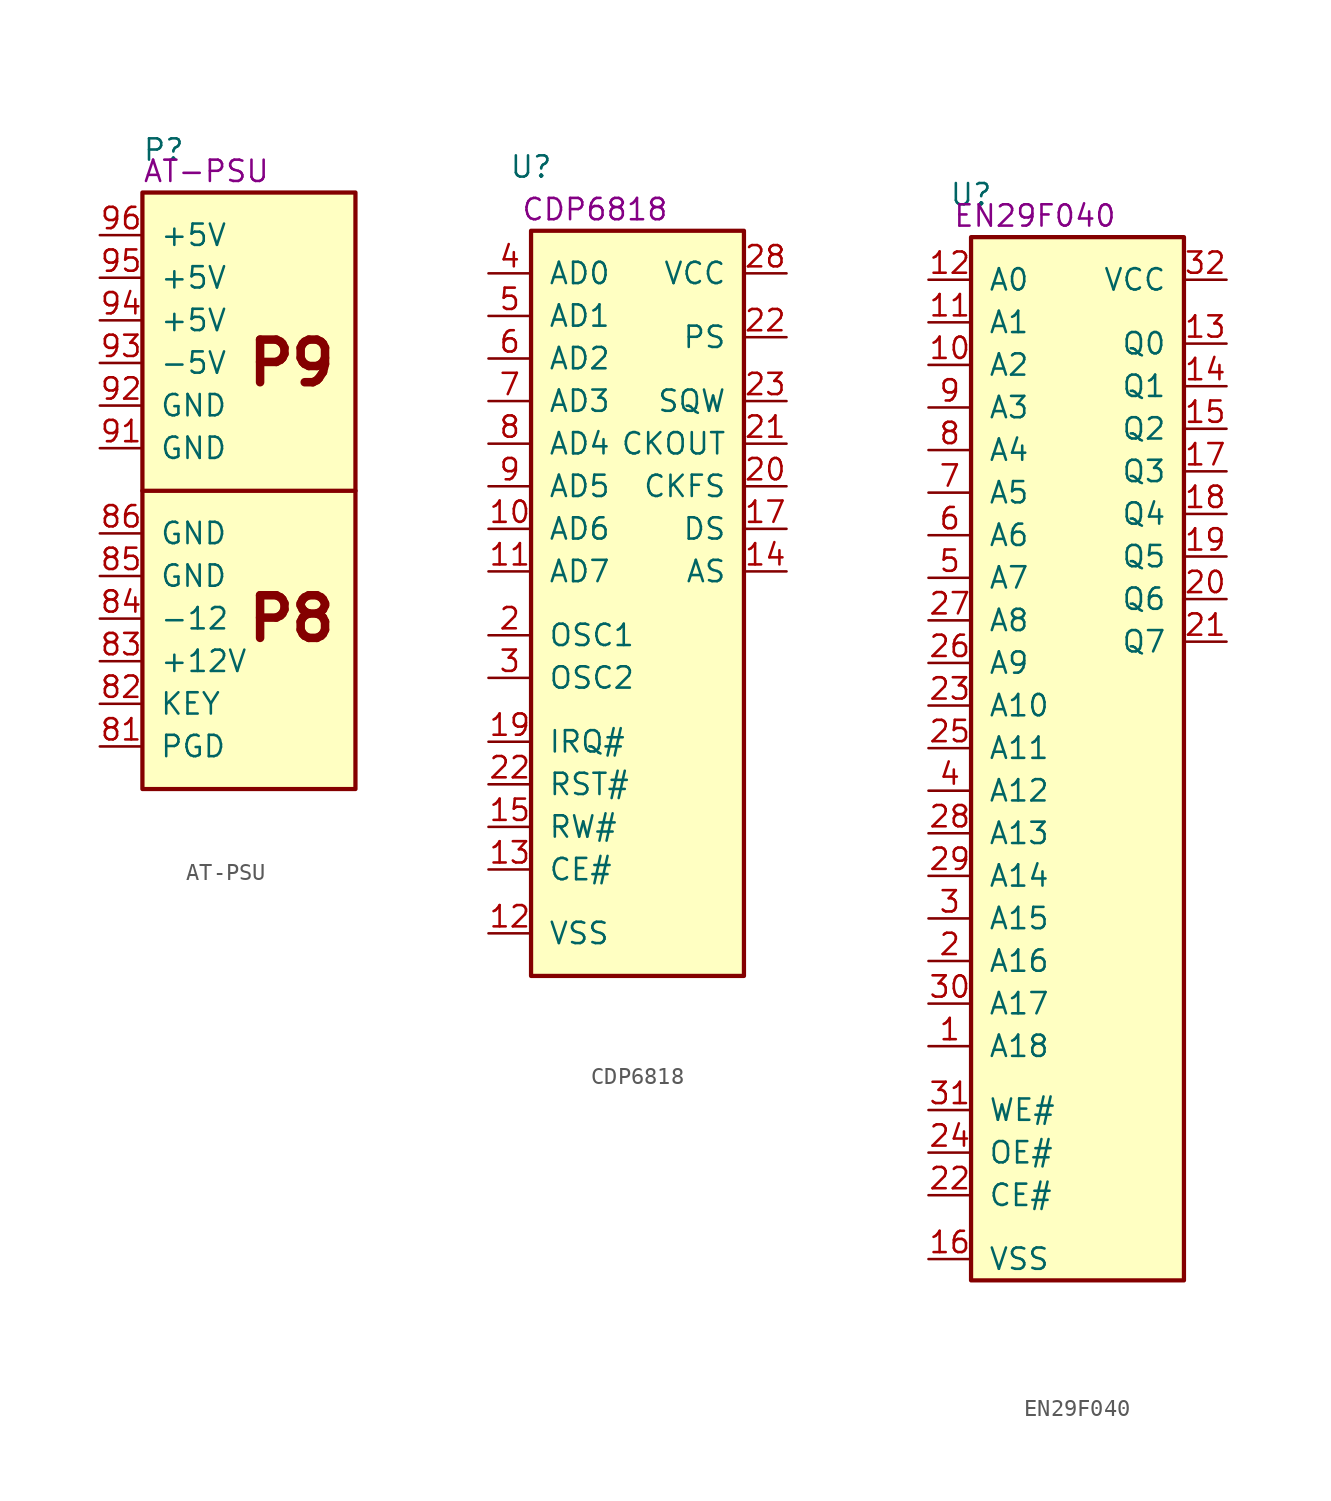
<source format=kicad_sym>
(kicad_symbol_lib
  (version 20211014)
  (generator kicad_symbol_editor)
  (symbol "AT-PSU"
    (pin_names
      (offset 1.016))
    (property "Reference" "P"
      (at -5.08 20.32 0)
      (effects (font (size 1.27 1.27))))
    (property "Comment" "AT-PSU"
      (at -2.54 19.05 0)
      (effects (font (size 1.27 1.27))))
    (symbol "AT-PSU_0_0"
      (text "P8" (at 2.54 -7.62 0) (effects (font (size 2.54 2.54) bold)))
      (text "P9" (at 2.54 7.62 0) (effects (font (size 2.54 2.54) bold))))
    (symbol "AT-PSU_0_1"
      (rectangle (start -6.35 17.78) (end 6.35 -17.78) (stroke (width 0.254) (type default) (color 0 0 0 0)) (fill (type background)))
      (polyline (pts (xy 6.35 0) (xy -6.35 0)) (stroke (width 0.254) (type default) (color 0 0 0 0)) (fill (type none))))
    (symbol "AT-PSU_1_1"
      (pin output line (at -8.89 -15.24 0) (length 2.54) (name "PGD" (effects (font (size 1.27 1.27)))) (number "81" (effects (font (size 1.27 1.27)))))
      (pin power_out line (at -8.89 -12.7 0) (length 2.54) (name "KEY" (effects (font (size 1.27 1.27)))) (number "82" (effects (font (size 1.27 1.27)))))
      (pin output line (at -8.89 -10.16 0) (length 2.54) (name "+12V" (effects (font (size 1.27 1.27)))) (number "83" (effects (font (size 1.27 1.27)))))
      (pin output line (at -8.89 -7.62 0) (length 2.54) (name "-12" (effects (font (size 1.27 1.27)))) (number "84" (effects (font (size 1.27 1.27)))))
      (pin output line (at -8.89 -5.08 0) (length 2.54) (name "GND" (effects (font (size 1.27 1.27)))) (number "85" (effects (font (size 1.27 1.27)))))
      (pin power_out line (at -8.89 -2.54 0) (length 2.54) (name "GND" (effects (font (size 1.27 1.27)))) (number "86" (effects (font (size 1.27 1.27)))))
      (pin power_out line (at -8.89 2.54 0) (length 2.54) (name "GND" (effects (font (size 1.27 1.27)))) (number "91" (effects (font (size 1.27 1.27)))))
      (pin power_out line (at -8.89 5.08 0) (length 2.54) (name "GND" (effects (font (size 1.27 1.27)))) (number "92" (effects (font (size 1.27 1.27)))))
      (pin power_out line (at -8.89 7.62 0) (length 2.54) (name "-5V" (effects (font (size 1.27 1.27)))) (number "93" (effects (font (size 1.27 1.27)))))
      (pin power_out line (at -8.89 10.16 0) (length 2.54) (name "+5V" (effects (font (size 1.27 1.27)))) (number "94" (effects (font (size 1.27 1.27)))))
      (pin power_out line (at -8.89 12.7 0) (length 2.54) (name "+5V" (effects (font (size 1.27 1.27)))) (number "95" (effects (font (size 1.27 1.27)))))
      (pin power_out line (at -8.89 15.24 0) (length 2.54) (name "+5V" (effects (font (size 1.27 1.27)))) (number "96" (effects (font (size 1.27 1.27)))))))
  (symbol "CDP6818"
    (pin_names
      (offset 1.016))
    (property "Reference" "U"
      (at 0 3.81 0)
      (effects (font (size 1.27 1.27))))
    (property "Comment" "CDP6818"
      (at 3.81 1.27 0)
      (effects (font (size 1.27 1.27))))
    (symbol "CDP6818_0_1"
      (rectangle (start 0 0) (end 12.7 -44.45) (stroke (width 0.254) (type default) (color 0 0 0 0)) (fill (type background))))
    (symbol "CDP6818_1_1"
      (pin no_connect line (at 15.24 -22.86 180) (length 2.54) hide (name "NC" (effects (font (size 1.27 1.27)))) (number "1" (effects (font (size 1.27 1.27)))))
      (pin bidirectional line (at -2.54 -17.78 0) (length 2.54) (name "AD6" (effects (font (size 1.27 1.27)))) (number "10" (effects (font (size 1.27 1.27)))))
      (pin bidirectional line (at -2.54 -20.32 0) (length 2.54) (name "AD7" (effects (font (size 1.27 1.27)))) (number "11" (effects (font (size 1.27 1.27)))))
      (pin power_in line (at -2.54 -41.91 0) (length 2.54) (name "VSS" (effects (font (size 1.27 1.27)))) (number "12" (effects (font (size 1.27 1.27)))))
      (pin input line (at -2.54 -38.1 0) (length 2.54) (name "CE#" (effects (font (size 1.27 1.27)))) (number "13" (effects (font (size 1.27 1.27)))))
      (pin input line (at 15.24 -20.32 180) (length 2.54) (name "AS" (effects (font (size 1.27 1.27)))) (number "14" (effects (font (size 1.27 1.27)))))
      (pin input line (at -2.54 -35.56 0) (length 2.54) (name "RW#" (effects (font (size 1.27 1.27)))) (number "15" (effects (font (size 1.27 1.27)))))
      (pin no_connect line (at 15.24 -25.4 180) (length 2.54) hide (name "NC" (effects (font (size 1.27 1.27)))) (number "16" (effects (font (size 1.27 1.27)))))
      (pin input line (at 15.24 -17.78 180) (length 2.54) (name "DS" (effects (font (size 1.27 1.27)))) (number "17" (effects (font (size 1.27 1.27)))))
      (pin open_collector line (at -2.54 -30.48 0) (length 2.54) (name "IRQ#" (effects (font (size 1.27 1.27)))) (number "19" (effects (font (size 1.27 1.27)))))
      (pin input line (at -2.54 -24.13 0) (length 2.54) (name "OSC1" (effects (font (size 1.27 1.27)))) (number "2" (effects (font (size 1.27 1.27)))))
      (pin input line (at 15.24 -15.24 180) (length 2.54) (name "CKFS" (effects (font (size 1.27 1.27)))) (number "20" (effects (font (size 1.27 1.27)))))
      (pin output line (at 15.24 -12.7 180) (length 2.54) (name "CKOUT" (effects (font (size 1.27 1.27)))) (number "21" (effects (font (size 1.27 1.27)))))
      (pin input line (at 15.24 -6.35 180) (length 2.54) (name "PS" (effects (font (size 1.27 1.27)))) (number "22" (effects (font (size 1.27 1.27)))))
      (pin input line (at -2.54 -33.02 0) (length 2.54) (name "RST#" (effects (font (size 1.27 1.27)))) (number "22" (effects (font (size 1.27 1.27)))))
      (pin output line (at 15.24 -10.16 180) (length 2.54) (name "SQW" (effects (font (size 1.27 1.27)))) (number "23" (effects (font (size 1.27 1.27)))))
      (pin power_in line (at 15.24 -2.54 180) (length 2.54) (name "VCC" (effects (font (size 1.27 1.27)))) (number "28" (effects (font (size 1.27 1.27)))))
      (pin output line (at -2.54 -26.67 0) (length 2.54) (name "OSC2" (effects (font (size 1.27 1.27)))) (number "3" (effects (font (size 1.27 1.27)))))
      (pin bidirectional line (at -2.54 -2.54 0) (length 2.54) (name "AD0" (effects (font (size 1.27 1.27)))) (number "4" (effects (font (size 1.27 1.27)))))
      (pin bidirectional line (at -2.54 -5.08 0) (length 2.54) (name "AD1" (effects (font (size 1.27 1.27)))) (number "5" (effects (font (size 1.27 1.27)))))
      (pin bidirectional line (at -2.54 -7.62 0) (length 2.54) (name "AD2" (effects (font (size 1.27 1.27)))) (number "6" (effects (font (size 1.27 1.27)))))
      (pin bidirectional line (at -2.54 -10.16 0) (length 2.54) (name "AD3" (effects (font (size 1.27 1.27)))) (number "7" (effects (font (size 1.27 1.27)))))
      (pin bidirectional line (at -2.54 -12.7 0) (length 2.54) (name "AD4" (effects (font (size 1.27 1.27)))) (number "8" (effects (font (size 1.27 1.27)))))
      (pin bidirectional line (at -2.54 -15.24 0) (length 2.54) (name "AD5" (effects (font (size 1.27 1.27)))) (number "9" (effects (font (size 1.27 1.27)))))))
  (symbol "EN29F040"
    (pin_names
      (offset 1.016))
    (property "Reference" "U"
      (at -6.35 21.59 0)
      (effects (font (size 1.27 1.27))))
    (property "Comment" "EN29F040"
      (at -2.54 20.32 0)
      (effects (font (size 1.27 1.27))))
    (symbol "EN29F040_0_1"
      (rectangle (start -6.35 19.05) (end 6.35 -43.18) (stroke (width 0.254) (type default) (color 0 0 0 0)) (fill (type background))))
    (symbol "EN29F040_1_1"
      (pin input line (at -8.89 -29.21 0) (length 2.54) (name "A18" (effects (font (size 1.27 1.27)))) (number "1" (effects (font (size 1.27 1.27)))))
      (pin input line (at -8.89 11.43 0) (length 2.54) (name "A2" (effects (font (size 1.27 1.27)))) (number "10" (effects (font (size 1.27 1.27)))))
      (pin input line (at -8.89 13.97 0) (length 2.54) (name "A1" (effects (font (size 1.27 1.27)))) (number "11" (effects (font (size 1.27 1.27)))))
      (pin input line (at -8.89 16.51 0) (length 2.54) (name "A0" (effects (font (size 1.27 1.27)))) (number "12" (effects (font (size 1.27 1.27)))))
      (pin bidirectional line (at 8.89 12.7 180) (length 2.54) (name "Q0" (effects (font (size 1.27 1.27)))) (number "13" (effects (font (size 1.27 1.27)))))
      (pin bidirectional line (at 8.89 10.16 180) (length 2.54) (name "Q1" (effects (font (size 1.27 1.27)))) (number "14" (effects (font (size 1.27 1.27)))))
      (pin bidirectional line (at 8.89 7.62 180) (length 2.54) (name "Q2" (effects (font (size 1.27 1.27)))) (number "15" (effects (font (size 1.27 1.27)))))
      (pin power_in line (at -8.89 -41.91 0) (length 2.54) (name "VSS" (effects (font (size 1.27 1.27)))) (number "16" (effects (font (size 1.27 1.27)))))
      (pin bidirectional line (at 8.89 5.08 180) (length 2.54) (name "Q3" (effects (font (size 1.27 1.27)))) (number "17" (effects (font (size 1.27 1.27)))))
      (pin bidirectional line (at 8.89 2.54 180) (length 2.54) (name "Q4" (effects (font (size 1.27 1.27)))) (number "18" (effects (font (size 1.27 1.27)))))
      (pin bidirectional line (at 8.89 0 180) (length 2.54) (name "Q5" (effects (font (size 1.27 1.27)))) (number "19" (effects (font (size 1.27 1.27)))))
      (pin input line (at -8.89 -24.13 0) (length 2.54) (name "A16" (effects (font (size 1.27 1.27)))) (number "2" (effects (font (size 1.27 1.27)))))
      (pin bidirectional line (at 8.89 -2.54 180) (length 2.54) (name "Q6" (effects (font (size 1.27 1.27)))) (number "20" (effects (font (size 1.27 1.27)))))
      (pin bidirectional line (at 8.89 -5.08 180) (length 2.54) (name "Q7" (effects (font (size 1.27 1.27)))) (number "21" (effects (font (size 1.27 1.27)))))
      (pin input line (at -8.89 -38.1 0) (length 2.54) (name "CE#" (effects (font (size 1.27 1.27)))) (number "22" (effects (font (size 1.27 1.27)))))
      (pin input line (at -8.89 -8.89 0) (length 2.54) (name "A10" (effects (font (size 1.27 1.27)))) (number "23" (effects (font (size 1.27 1.27)))))
      (pin input line (at -8.89 -35.56 0) (length 2.54) (name "OE#" (effects (font (size 1.27 1.27)))) (number "24" (effects (font (size 1.27 1.27)))))
      (pin input line (at -8.89 -11.43 0) (length 2.54) (name "A11" (effects (font (size 1.27 1.27)))) (number "25" (effects (font (size 1.27 1.27)))))
      (pin input line (at -8.89 -6.35 0) (length 2.54) (name "A9" (effects (font (size 1.27 1.27)))) (number "26" (effects (font (size 1.27 1.27)))))
      (pin input line (at -8.89 -3.81 0) (length 2.54) (name "A8" (effects (font (size 1.27 1.27)))) (number "27" (effects (font (size 1.27 1.27)))))
      (pin input line (at -8.89 -16.51 0) (length 2.54) (name "A13" (effects (font (size 1.27 1.27)))) (number "28" (effects (font (size 1.27 1.27)))))
      (pin input line (at -8.89 -19.05 0) (length 2.54) (name "A14" (effects (font (size 1.27 1.27)))) (number "29" (effects (font (size 1.27 1.27)))))
      (pin input line (at -8.89 -21.59 0) (length 2.54) (name "A15" (effects (font (size 1.27 1.27)))) (number "3" (effects (font (size 1.27 1.27)))))
      (pin input line (at -8.89 -26.67 0) (length 2.54) (name "A17" (effects (font (size 1.27 1.27)))) (number "30" (effects (font (size 1.27 1.27)))))
      (pin input line (at -8.89 -33.02 0) (length 2.54) (name "WE#" (effects (font (size 1.27 1.27)))) (number "31" (effects (font (size 1.27 1.27)))))
      (pin power_in line (at 8.89 16.51 180) (length 2.54) (name "VCC" (effects (font (size 1.27 1.27)))) (number "32" (effects (font (size 1.27 1.27)))))
      (pin input line (at -8.89 -13.97 0) (length 2.54) (name "A12" (effects (font (size 1.27 1.27)))) (number "4" (effects (font (size 1.27 1.27)))))
      (pin input line (at -8.89 -1.27 0) (length 2.54) (name "A7" (effects (font (size 1.27 1.27)))) (number "5" (effects (font (size 1.27 1.27)))))
      (pin input line (at -8.89 1.27 0) (length 2.54) (name "A6" (effects (font (size 1.27 1.27)))) (number "6" (effects (font (size 1.27 1.27)))))
      (pin input line (at -8.89 3.81 0) (length 2.54) (name "A5" (effects (font (size 1.27 1.27)))) (number "7" (effects (font (size 1.27 1.27)))))
      (pin input line (at -8.89 6.35 0) (length 2.54) (name "A4" (effects (font (size 1.27 1.27)))) (number "8" (effects (font (size 1.27 1.27)))))
      (pin input line (at -8.89 8.89 0) (length 2.54) (name "A3" (effects (font (size 1.27 1.27)))) (number "9" (effects (font (size 1.27 1.27))))))))
</source>
